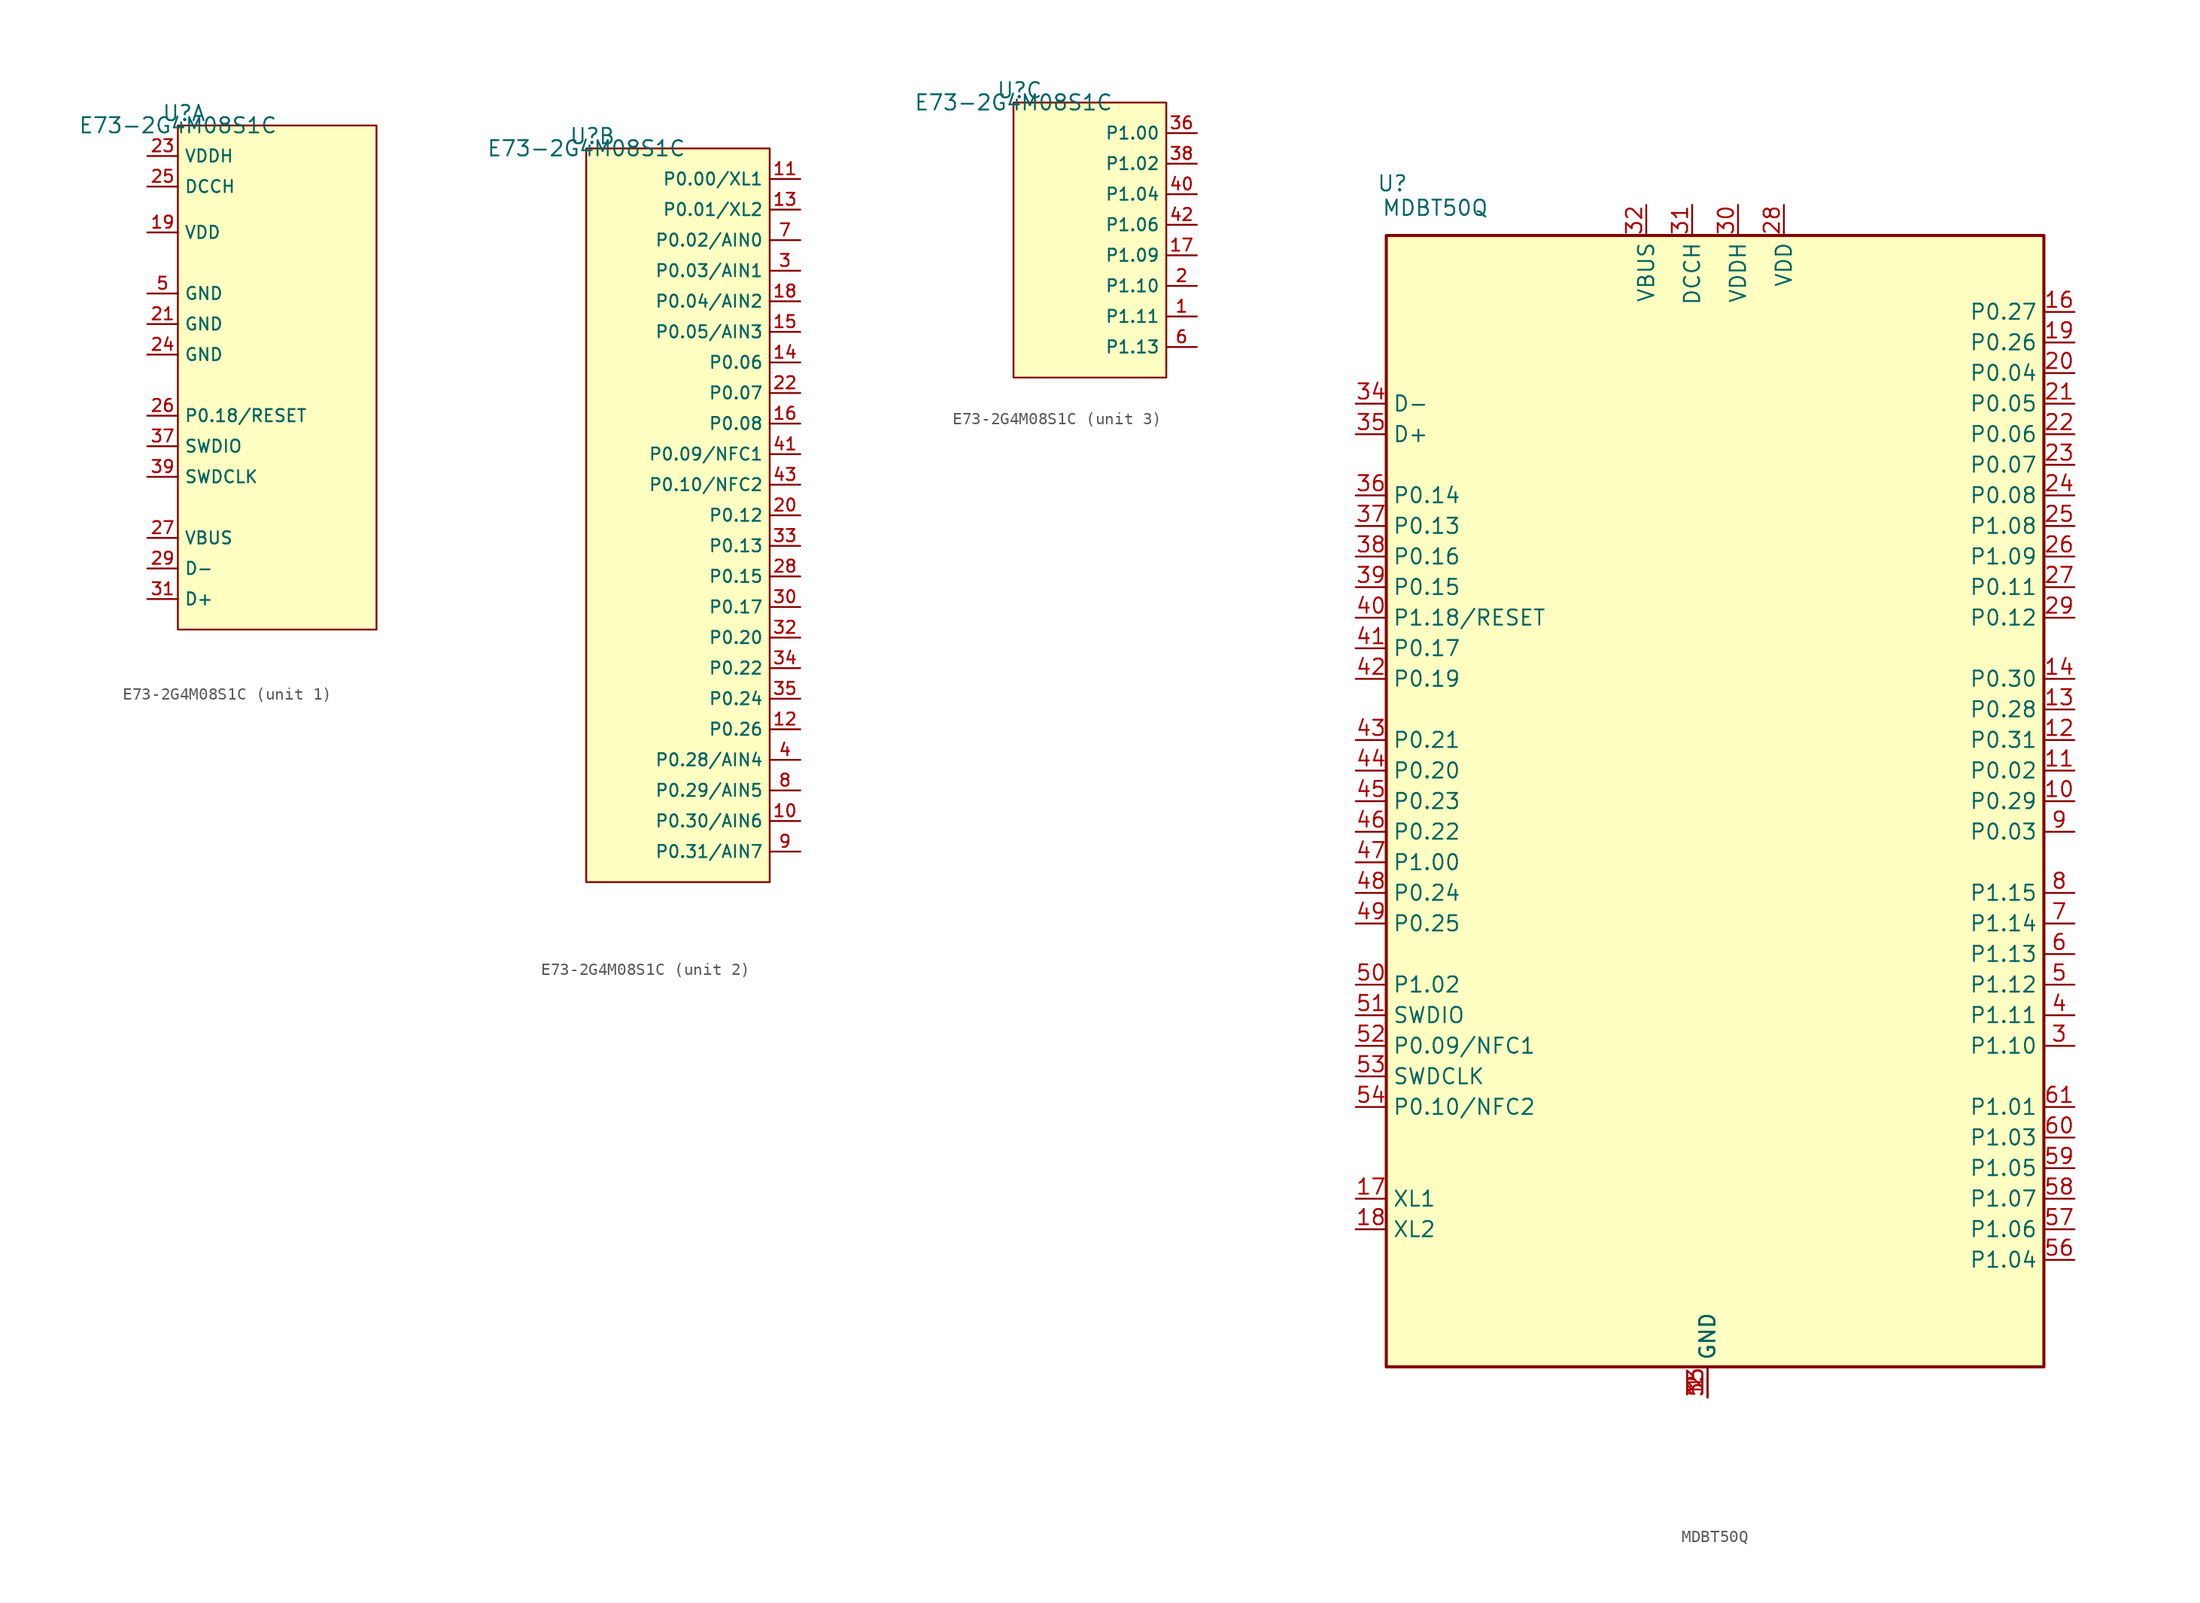
<source format=kicad_sym>
(kicad_symbol_lib
  (version 20241209)
  (generator "kicad_symbol_editor")
  (generator_version "9.0")
  (symbol "E73-2G4M08S1C"
    (property "Reference" "U"
      (at 0.508 1.016 0)
      (effects (font (size 1.27 1.27))))
    (property "Value" "E73-2G4M08S1C"
      (at 0 0 0)
      (effects (font (size 1.27 1.27))))
    (property "ki_locked" ""
      (at 0 0 0)
      (effects (font (size 1.27 1.27))))
    (symbol "E73-2G4M08S1C_1_1"
      (rectangle (start 0 0) (end 16.51 -41.91) (stroke (width 0) (type solid)) (fill (type background)))
      (pin bidirectional line (at -2.54 -2.54 0) (length 2.54) (name "VDDH" (effects (font (size 1.016 1.016)))) (number "23" (effects (font (size 1.016 1.016)))))
      (pin bidirectional line (at -2.54 -5.08 0) (length 2.54) (name "DCCH" (effects (font (size 1.016 1.016)))) (number "25" (effects (font (size 1.016 1.016)))))
      (pin bidirectional line (at -2.54 -8.89 0) (length 2.54) (name "VDD" (effects (font (size 1.016 1.016)))) (number "19" (effects (font (size 1.016 1.016)))))
      (pin bidirectional line (at -2.54 -13.97 0) (length 2.54) (name "GND" (effects (font (size 1.016 1.016)))) (number "5" (effects (font (size 1.016 1.016)))))
      (pin bidirectional line (at -2.54 -16.51 0) (length 2.54) (name "GND" (effects (font (size 1.016 1.016)))) (number "21" (effects (font (size 1.016 1.016)))))
      (pin bidirectional line (at -2.54 -19.05 0) (length 2.54) (name "GND" (effects (font (size 1.016 1.016)))) (number "24" (effects (font (size 1.016 1.016)))))
      (pin bidirectional line (at -2.54 -24.13 0) (length 2.54) (name "P0.18/RESET" (effects (font (size 1.016 1.016)))) (number "26" (effects (font (size 1.016 1.016)))))
      (pin bidirectional line (at -2.54 -26.67 0) (length 2.54) (name "SWDIO" (effects (font (size 1.016 1.016)))) (number "37" (effects (font (size 1.016 1.016)))))
      (pin bidirectional line (at -2.54 -29.21 0) (length 2.54) (name "SWDCLK" (effects (font (size 1.016 1.016)))) (number "39" (effects (font (size 1.016 1.016)))))
      (pin bidirectional line (at -2.54 -34.29 0) (length 2.54) (name "VBUS" (effects (font (size 1.016 1.016)))) (number "27" (effects (font (size 1.016 1.016)))))
      (pin bidirectional line (at -2.54 -36.83 0) (length 2.54) (name "D-" (effects (font (size 1.016 1.016)))) (number "29" (effects (font (size 1.016 1.016)))))
      (pin bidirectional line (at -2.54 -39.37 0) (length 2.54) (name "D+" (effects (font (size 1.016 1.016)))) (number "31" (effects (font (size 1.016 1.016))))))
    (symbol "E73-2G4M08S1C_2_0"
      (pin bidirectional line (at 17.78 -10.16 180) (length 2.54) (name "P0.03/AIN1" (effects (font (size 1.016 1.016)))) (number "3" (effects (font (size 1.016 1.016)))))
      (pin bidirectional line (at 17.78 -12.7 180) (length 2.54) (name "P0.04/AIN2" (effects (font (size 1.016 1.016)))) (number "18" (effects (font (size 1.016 1.016)))))
      (pin bidirectional line (at 17.78 -15.24 180) (length 2.54) (name "P0.05/AIN3" (effects (font (size 1.016 1.016)))) (number "15" (effects (font (size 1.016 1.016)))))
      (pin bidirectional line (at 17.78 -17.78 180) (length 2.54) (name "P0.06" (effects (font (size 1.016 1.016)))) (number "14" (effects (font (size 1.016 1.016)))))
      (pin bidirectional line (at 17.78 -20.32 180) (length 2.54) (name "P0.07" (effects (font (size 1.016 1.016)))) (number "22" (effects (font (size 1.016 1.016)))))
      (pin bidirectional line (at 17.78 -22.86 180) (length 2.54) (name "P0.08" (effects (font (size 1.016 1.016)))) (number "16" (effects (font (size 1.016 1.016)))))
      (pin bidirectional line (at 17.78 -25.4 180) (length 2.54) (name "P0.09/NFC1" (effects (font (size 1.016 1.016)))) (number "41" (effects (font (size 1.016 1.016)))))
      (pin bidirectional line (at 17.78 -27.94 180) (length 2.54) (name "P0.10/NFC2" (effects (font (size 1.016 1.016)))) (number "43" (effects (font (size 1.016 1.016)))))
      (pin bidirectional line (at 17.78 -30.48 180) (length 2.54) (name "P0.12" (effects (font (size 1.016 1.016)))) (number "20" (effects (font (size 1.016 1.016)))))
      (pin bidirectional line (at 17.78 -33.02 180) (length 2.54) (name "P0.13" (effects (font (size 1.016 1.016)))) (number "33" (effects (font (size 1.016 1.016)))))
      (pin bidirectional line (at 17.78 -35.56 180) (length 2.54) (name "P0.15" (effects (font (size 1.016 1.016)))) (number "28" (effects (font (size 1.016 1.016)))))
      (pin bidirectional line (at 17.78 -38.1 180) (length 2.54) (name "P0.17" (effects (font (size 1.016 1.016)))) (number "30" (effects (font (size 1.016 1.016)))))
      (pin bidirectional line (at 17.78 -40.64 180) (length 2.54) (name "P0.20" (effects (font (size 1.016 1.016)))) (number "32" (effects (font (size 1.016 1.016)))))
      (pin bidirectional line (at 17.78 -43.18 180) (length 2.54) (name "P0.22" (effects (font (size 1.016 1.016)))) (number "34" (effects (font (size 1.016 1.016)))))
      (pin bidirectional line (at 17.78 -45.72 180) (length 2.54) (name "P0.24" (effects (font (size 1.016 1.016)))) (number "35" (effects (font (size 1.016 1.016)))))
      (pin bidirectional line (at 17.78 -48.26 180) (length 2.54) (name "P0.26" (effects (font (size 1.016 1.016)))) (number "12" (effects (font (size 1.016 1.016)))))
      (pin bidirectional line (at 17.78 -50.8 180) (length 2.54) (name "P0.28/AIN4" (effects (font (size 1.016 1.016)))) (number "4" (effects (font (size 1.016 1.016)))))
      (pin bidirectional line (at 17.78 -53.34 180) (length 2.54) (name "P0.29/AIN5" (effects (font (size 1.016 1.016)))) (number "8" (effects (font (size 1.016 1.016)))))
      (pin bidirectional line (at 17.78 -55.88 180) (length 2.54) (name "P0.30/AIN6" (effects (font (size 1.016 1.016)))) (number "10" (effects (font (size 1.016 1.016)))))
      (pin bidirectional line (at 17.78 -58.42 180) (length 2.54) (name "P0.31/AIN7" (effects (font (size 1.016 1.016)))) (number "9" (effects (font (size 1.016 1.016))))))
    (symbol "E73-2G4M08S1C_2_1"
      (rectangle (start 0 0) (end 15.24 -60.96) (stroke (width 0) (type solid)) (fill (type background)))
      (pin bidirectional line (at 17.78 -2.54 180) (length 2.54) (name "P0.00/XL1" (effects (font (size 1.016 1.016)))) (number "11" (effects (font (size 1.016 1.016)))))
      (pin bidirectional line (at 17.78 -5.08 180) (length 2.54) (name "P0.01/XL2" (effects (font (size 1.016 1.016)))) (number "13" (effects (font (size 1.016 1.016)))))
      (pin bidirectional line (at 17.78 -7.62 180) (length 2.54) (name "P0.02/AIN0" (effects (font (size 1.016 1.016)))) (number "7" (effects (font (size 1.016 1.016))))))
    (symbol "E73-2G4M08S1C_3_0"
      (pin bidirectional line (at 15.24 -2.54 180) (length 2.54) (name "P1.00" (effects (font (size 1.016 1.016)))) (number "36" (effects (font (size 1.016 1.016)))))
      (pin bidirectional line (at 15.24 -5.08 180) (length 2.54) (name "P1.02" (effects (font (size 1.016 1.016)))) (number "38" (effects (font (size 1.016 1.016)))))
      (pin bidirectional line (at 15.24 -7.62 180) (length 2.54) (name "P1.04" (effects (font (size 1.016 1.016)))) (number "40" (effects (font (size 1.016 1.016)))))
      (pin bidirectional line (at 15.24 -10.16 180) (length 2.54) (name "P1.06" (effects (font (size 1.016 1.016)))) (number "42" (effects (font (size 1.016 1.016)))))
      (pin bidirectional line (at 15.24 -12.7 180) (length 2.54) (name "P1.09" (effects (font (size 1.016 1.016)))) (number "17" (effects (font (size 1.016 1.016)))))
      (pin bidirectional line (at 15.24 -15.24 180) (length 2.54) (name "P1.10" (effects (font (size 1.016 1.016)))) (number "2" (effects (font (size 1.016 1.016)))))
      (pin bidirectional line (at 15.24 -17.78 180) (length 2.54) (name "P1.11" (effects (font (size 1.016 1.016)))) (number "1" (effects (font (size 1.016 1.016)))))
      (pin bidirectional line (at 15.24 -20.32 180) (length 2.54) (name "P1.13" (effects (font (size 1.016 1.016)))) (number "6" (effects (font (size 1.016 1.016))))))
    (symbol "E73-2G4M08S1C_3_1"
      (rectangle (start 0 0) (end 12.7 -22.86) (stroke (width 0) (type solid)) (fill (type background)))))
  (symbol "MDBT50Q"
    (property "Reference" "U"
      (at 0.508 4.318 0)
      (effects (font (size 1.27 1.27))))
    (property "Value" "MDBT50Q"
      (at 4.064 2.286 0)
      (effects (font (size 1.27 1.27))))
    (symbol "MDBT50Q_1_1"
      (rectangle (start 0 0) (end 54.61 -93.98) (stroke (width 0.254) (type solid)) (fill (type background)))
      (pin bidirectional line (at -2.54 -13.97 0) (length 2.54) (name "D-" (effects (font (size 1.27 1.27)))) (number "34" (effects (font (size 1.27 1.27)))))
      (pin bidirectional line (at -2.54 -16.51 0) (length 2.54) (name "D+" (effects (font (size 1.27 1.27)))) (number "35" (effects (font (size 1.27 1.27)))))
      (pin bidirectional line (at -2.54 -21.59 0) (length 2.54) (name "P0.14" (effects (font (size 1.27 1.27)))) (number "36" (effects (font (size 1.27 1.27)))))
      (pin bidirectional line (at -2.54 -24.13 0) (length 2.54) (name "P0.13" (effects (font (size 1.27 1.27)))) (number "37" (effects (font (size 1.27 1.27)))))
      (pin bidirectional line (at -2.54 -26.67 0) (length 2.54) (name "P0.16" (effects (font (size 1.27 1.27)))) (number "38" (effects (font (size 1.27 1.27)))))
      (pin bidirectional line (at -2.54 -29.21 0) (length 2.54) (name "P0.15" (effects (font (size 1.27 1.27)))) (number "39" (effects (font (size 1.27 1.27)))))
      (pin bidirectional line (at -2.54 -31.75 0) (length 2.54) (name "P1.18/RESET" (effects (font (size 1.27 1.27)))) (number "40" (effects (font (size 1.27 1.27)))))
      (pin bidirectional line (at -2.54 -34.29 0) (length 2.54) (name "P0.17" (effects (font (size 1.27 1.27)))) (number "41" (effects (font (size 1.27 1.27)))))
      (pin bidirectional line (at -2.54 -36.83 0) (length 2.54) (name "P0.19" (effects (font (size 1.27 1.27)))) (number "42" (effects (font (size 1.27 1.27)))))
      (pin bidirectional line (at -2.54 -41.91 0) (length 2.54) (name "P0.21" (effects (font (size 1.27 1.27)))) (number "43" (effects (font (size 1.27 1.27)))))
      (pin bidirectional line (at -2.54 -44.45 0) (length 2.54) (name "P0.20" (effects (font (size 1.27 1.27)))) (number "44" (effects (font (size 1.27 1.27)))))
      (pin bidirectional line (at -2.54 -46.99 0) (length 2.54) (name "P0.23" (effects (font (size 1.27 1.27)))) (number "45" (effects (font (size 1.27 1.27)))))
      (pin bidirectional line (at -2.54 -49.53 0) (length 2.54) (name "P0.22" (effects (font (size 1.27 1.27)))) (number "46" (effects (font (size 1.27 1.27)))))
      (pin bidirectional line (at -2.54 -52.07 0) (length 2.54) (name "P1.00" (effects (font (size 1.27 1.27)))) (number "47" (effects (font (size 1.27 1.27)))))
      (pin bidirectional line (at -2.54 -54.61 0) (length 2.54) (name "P0.24" (effects (font (size 1.27 1.27)))) (number "48" (effects (font (size 1.27 1.27)))))
      (pin bidirectional line (at -2.54 -57.15 0) (length 2.54) (name "P0.25" (effects (font (size 1.27 1.27)))) (number "49" (effects (font (size 1.27 1.27)))))
      (pin bidirectional line (at -2.54 -62.23 0) (length 2.54) (name "P1.02" (effects (font (size 1.27 1.27)))) (number "50" (effects (font (size 1.27 1.27)))))
      (pin bidirectional line (at -2.54 -64.77 0) (length 2.54) (name "SWDIO" (effects (font (size 1.27 1.27)))) (number "51" (effects (font (size 1.27 1.27)))))
      (pin bidirectional line (at -2.54 -67.31 0) (length 2.54) (name "P0.09/NFC1" (effects (font (size 1.27 1.27)))) (number "52" (effects (font (size 1.27 1.27)))))
      (pin input line (at -2.54 -69.85 0) (length 2.54) (name "SWDCLK" (effects (font (size 1.27 1.27)))) (number "53" (effects (font (size 1.27 1.27)))))
      (pin bidirectional line (at -2.54 -72.39 0) (length 2.54) (name "P0.10/NFC2" (effects (font (size 1.27 1.27)))) (number "54" (effects (font (size 1.27 1.27)))))
      (pin input line (at -2.54 -80.01 0) (length 2.54) (name "XL1" (effects (font (size 1.27 1.27)))) (number "17" (effects (font (size 1.27 1.27)))))
      (pin input line (at -2.54 -82.55 0) (length 2.54) (name "XL2" (effects (font (size 1.27 1.27)))) (number "18" (effects (font (size 1.27 1.27)))))
      (pin power_in line (at 21.59 2.54 270) (length 2.54) (name "VBUS" (effects (font (size 1.27 1.27)))) (number "32" (effects (font (size 1.27 1.27)))))
      (pin power_in line (at 25.4 2.54 270) (length 2.54) (name "DCCH" (effects (font (size 1.27 1.27)))) (number "31" (effects (font (size 1.27 1.27)))))
      (pin power_in line (at 26.67 -96.52 90) (length 2.54) (name "GND" (effects (font (size 1.27 1.27)))) (number "1" (effects (font (size 1.27 1.27)))))
      (pin power_in line (at 26.67 -96.52 90) (length 2.54) (name "GND" (effects (font (size 1.27 1.27)))) (number "15" (effects (font (size 1.27 1.27)))))
      (pin power_in line (at 26.67 -96.52 90) (length 2.54) (name "GND" (effects (font (size 1.27 1.27)))) (number "2" (effects (font (size 1.27 1.27)))))
      (pin power_in line (at 26.67 -96.52 90) (length 2.54) (name "GND" (effects (font (size 1.27 1.27)))) (number "33" (effects (font (size 1.27 1.27)))))
      (pin power_in line (at 26.67 -96.52 90) (length 2.54) (name "GND" (effects (font (size 1.27 1.27)))) (number "55" (effects (font (size 1.27 1.27)))))
      (pin power_in line (at 29.21 2.54 270) (length 2.54) (name "VDDH" (effects (font (size 1.27 1.27)))) (number "30" (effects (font (size 1.27 1.27)))))
      (pin power_in line (at 33.02 2.54 270) (length 2.54) (name "VDD" (effects (font (size 1.27 1.27)))) (number "28" (effects (font (size 1.27 1.27)))))
      (pin bidirectional line (at 57.15 -6.35 180) (length 2.54) (name "P0.27" (effects (font (size 1.27 1.27)))) (number "16" (effects (font (size 1.27 1.27)))))
      (pin bidirectional line (at 57.15 -8.89 180) (length 2.54) (name "P0.26" (effects (font (size 1.27 1.27)))) (number "19" (effects (font (size 1.27 1.27)))))
      (pin bidirectional line (at 57.15 -11.43 180) (length 2.54) (name "P0.04" (effects (font (size 1.27 1.27)))) (number "20" (effects (font (size 1.27 1.27)))))
      (pin bidirectional line (at 57.15 -13.97 180) (length 2.54) (name "P0.05" (effects (font (size 1.27 1.27)))) (number "21" (effects (font (size 1.27 1.27)))))
      (pin bidirectional line (at 57.15 -16.51 180) (length 2.54) (name "P0.06" (effects (font (size 1.27 1.27)))) (number "22" (effects (font (size 1.27 1.27)))))
      (pin bidirectional line (at 57.15 -19.05 180) (length 2.54) (name "P0.07" (effects (font (size 1.27 1.27)))) (number "23" (effects (font (size 1.27 1.27)))))
      (pin bidirectional line (at 57.15 -21.59 180) (length 2.54) (name "P0.08" (effects (font (size 1.27 1.27)))) (number "24" (effects (font (size 1.27 1.27)))))
      (pin bidirectional line (at 57.15 -24.13 180) (length 2.54) (name "P1.08" (effects (font (size 1.27 1.27)))) (number "25" (effects (font (size 1.27 1.27)))))
      (pin bidirectional line (at 57.15 -26.67 180) (length 2.54) (name "P1.09" (effects (font (size 1.27 1.27)))) (number "26" (effects (font (size 1.27 1.27)))))
      (pin bidirectional line (at 57.15 -29.21 180) (length 2.54) (name "P0.11" (effects (font (size 1.27 1.27)))) (number "27" (effects (font (size 1.27 1.27)))))
      (pin bidirectional line (at 57.15 -31.75 180) (length 2.54) (name "P0.12" (effects (font (size 1.27 1.27)))) (number "29" (effects (font (size 1.27 1.27)))))
      (pin bidirectional line (at 57.15 -36.83 180) (length 2.54) (name "P0.30" (effects (font (size 1.27 1.27)))) (number "14" (effects (font (size 1.27 1.27)))))
      (pin bidirectional line (at 57.15 -39.37 180) (length 2.54) (name "P0.28" (effects (font (size 1.27 1.27)))) (number "13" (effects (font (size 1.27 1.27)))))
      (pin bidirectional line (at 57.15 -41.91 180) (length 2.54) (name "P0.31" (effects (font (size 1.27 1.27)))) (number "12" (effects (font (size 1.27 1.27)))))
      (pin bidirectional line (at 57.15 -44.45 180) (length 2.54) (name "P0.02" (effects (font (size 1.27 1.27)))) (number "11" (effects (font (size 1.27 1.27)))))
      (pin bidirectional line (at 57.15 -46.99 180) (length 2.54) (name "P0.29" (effects (font (size 1.27 1.27)))) (number "10" (effects (font (size 1.27 1.27)))))
      (pin bidirectional line (at 57.15 -49.53 180) (length 2.54) (name "P0.03" (effects (font (size 1.27 1.27)))) (number "9" (effects (font (size 1.27 1.27)))))
      (pin bidirectional line (at 57.15 -54.61 180) (length 2.54) (name "P1.15" (effects (font (size 1.27 1.27)))) (number "8" (effects (font (size 1.27 1.27)))))
      (pin bidirectional line (at 57.15 -57.15 180) (length 2.54) (name "P1.14" (effects (font (size 1.27 1.27)))) (number "7" (effects (font (size 1.27 1.27)))))
      (pin bidirectional line (at 57.15 -59.69 180) (length 2.54) (name "P1.13" (effects (font (size 1.27 1.27)))) (number "6" (effects (font (size 1.27 1.27)))))
      (pin bidirectional line (at 57.15 -62.23 180) (length 2.54) (name "P1.12" (effects (font (size 1.27 1.27)))) (number "5" (effects (font (size 1.27 1.27)))))
      (pin bidirectional line (at 57.15 -64.77 180) (length 2.54) (name "P1.11" (effects (font (size 1.27 1.27)))) (number "4" (effects (font (size 1.27 1.27)))))
      (pin bidirectional line (at 57.15 -67.31 180) (length 2.54) (name "P1.10" (effects (font (size 1.27 1.27)))) (number "3" (effects (font (size 1.27 1.27)))))
      (pin bidirectional line (at 57.15 -72.39 180) (length 2.54) (name "P1.01" (effects (font (size 1.27 1.27)))) (number "61" (effects (font (size 1.27 1.27)))))
      (pin bidirectional line (at 57.15 -74.93 180) (length 2.54) (name "P1.03" (effects (font (size 1.27 1.27)))) (number "60" (effects (font (size 1.27 1.27)))))
      (pin bidirectional line (at 57.15 -77.47 180) (length 2.54) (name "P1.05" (effects (font (size 1.27 1.27)))) (number "59" (effects (font (size 1.27 1.27)))))
      (pin bidirectional line (at 57.15 -80.01 180) (length 2.54) (name "P1.07" (effects (font (size 1.27 1.27)))) (number "58" (effects (font (size 1.27 1.27)))))
      (pin bidirectional line (at 57.15 -82.55 180) (length 2.54) (name "P1.06" (effects (font (size 1.27 1.27)))) (number "57" (effects (font (size 1.27 1.27)))))
      (pin bidirectional line (at 57.15 -85.09 180) (length 2.54) (name "P1.04" (effects (font (size 1.27 1.27)))) (number "56" (effects (font (size 1.27 1.27))))))))
</source>
